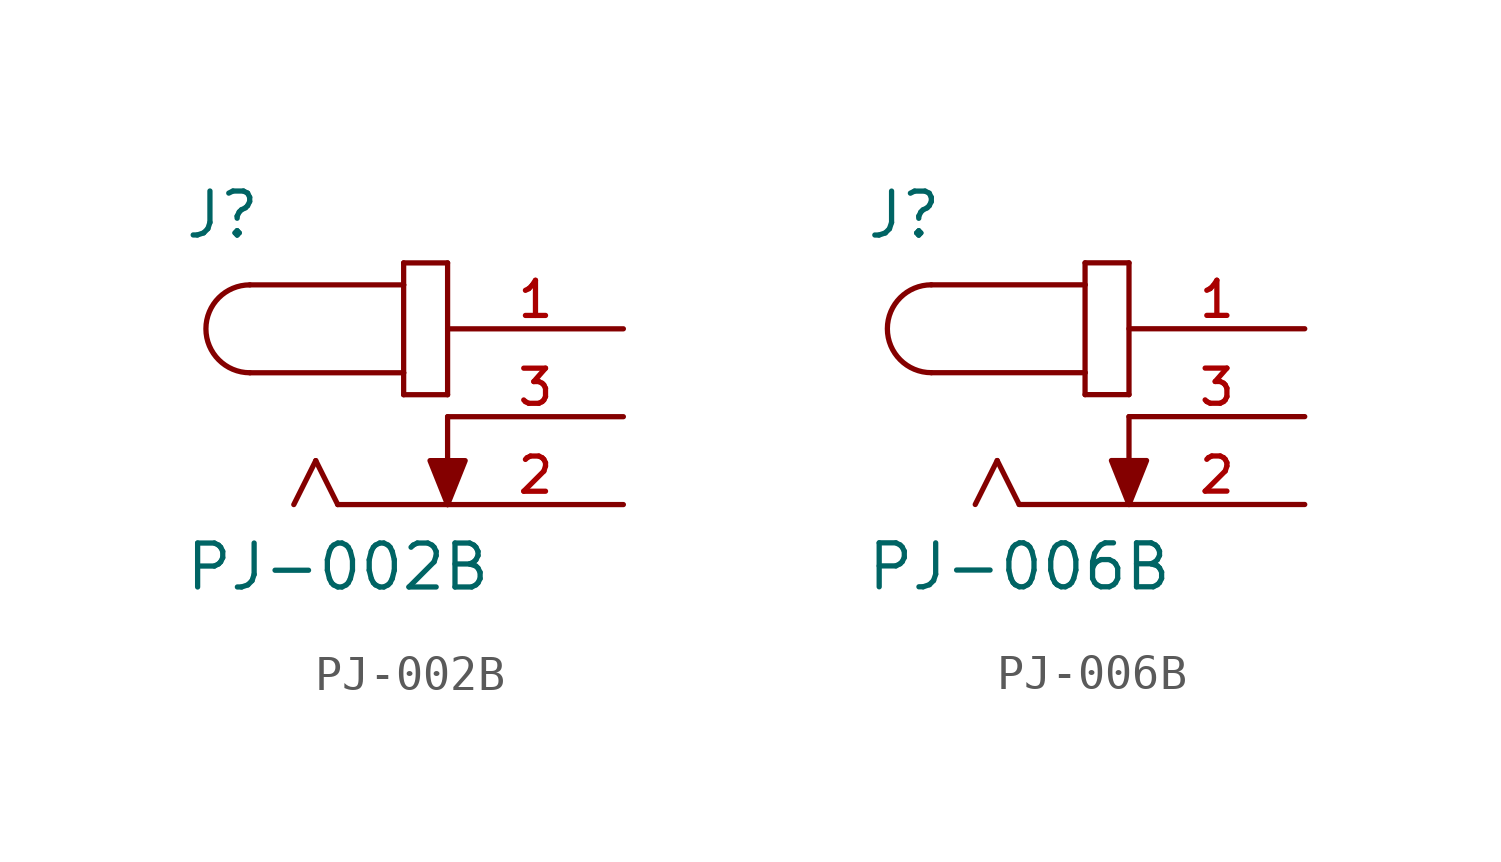
<source format=kicad_sym>
(kicad_symbol_lib
  (version 20241209)
  (generator "kicad_symbol_editor")
  (generator_version "9.0")
  (symbol "PJ-002B"
    (pin_names
      (offset 1.016))
    (property "Reference" "J"
      (at -7.634 5.089 0)
      (effects (font (size 1.27 1.27)) (justify left bottom)))
    (property "Value" "PJ-002B"
      (at -7.627 -5.085 0)
      (effects (font (size 1.27 1.27)) (justify left bottom)))
    (symbol "PJ-002B_0_0"
      (polyline (pts (xy -5.715 3.81) (xy -1.27 3.81)) (stroke (width 0.152) (type default)) (fill (type none)))
      (arc (start -5.715 1.27) (mid -6.9794 2.54) (end -5.715 3.81) (stroke (width 0.1524) (type default)) (fill (type none)))
      (polyline (pts (xy -3.81 -1.27) (xy -4.445 -2.54)) (stroke (width 0.152) (type default)) (fill (type none)))
      (polyline (pts (xy -3.175 -2.54) (xy -3.81 -1.27)) (stroke (width 0.152) (type default)) (fill (type none)))
      (polyline (pts (xy -1.27 4.445) (xy -1.27 3.81)) (stroke (width 0.152) (type default)) (fill (type none)))
      (polyline (pts (xy -1.27 3.81) (xy -1.27 1.27)) (stroke (width 0.152) (type default)) (fill (type none)))
      (polyline (pts (xy -1.27 1.27) (xy -5.715 1.27)) (stroke (width 0.152) (type default)) (fill (type none)))
      (polyline (pts (xy -1.27 1.27) (xy -1.27 0.635)) (stroke (width 0.152) (type default)) (fill (type none)))
      (polyline (pts (xy -1.27 0.635) (xy 0 0.635)) (stroke (width 0.152) (type default)) (fill (type none)))
      (polyline (pts (xy 0 4.445) (xy -1.27 4.445)) (stroke (width 0.152) (type default)) (fill (type none)))
      (polyline (pts (xy 0 0.635) (xy 0 4.445)) (stroke (width 0.152) (type default)) (fill (type none)))
      (polyline (pts (xy 0 0) (xy 0 -2.54)) (stroke (width 0.152) (type default)) (fill (type none)))
      (polyline (pts (xy 0 -2.54) (xy -3.175 -2.54)) (stroke (width 0.152) (type default)) (fill (type none)))
      (polyline (pts (xy 0 -2.54) (xy -0.508 -1.27) (xy 0.508 -1.27) (xy 0 -2.54)) (stroke (width 0.152) (type default)) (fill (type outline)))
      (pin passive line (at 5.08 2.54 180) (length 5.08) (name "~" (effects (font (size 1.016 1.016)))) (number "1" (effects (font (size 1.016 1.016)))))
      (pin passive line (at 5.08 0 180) (length 5.08) (name "~" (effects (font (size 1.016 1.016)))) (number "3" (effects (font (size 1.016 1.016)))))
      (pin passive line (at 5.08 -2.54 180) (length 5.08) (name "~" (effects (font (size 1.016 1.016)))) (number "2" (effects (font (size 1.016 1.016)))))))
  (symbol "PJ-006B"
    (pin_names
      (offset 1.016))
    (property "Reference" "J"
      (at -7.629 5.086 0)
      (effects (font (size 1.27 1.27)) (justify left bottom)))
    (property "Value" "PJ-006B"
      (at -7.624 -5.083 0)
      (effects (font (size 1.27 1.27)) (justify left bottom)))
    (symbol "PJ-006B_0_0"
      (polyline (pts (xy -5.715 3.81) (xy -1.27 3.81)) (stroke (width 0.152) (type default)) (fill (type none)))
      (arc (start -5.715 1.27) (mid -6.9794 2.54) (end -5.715 3.81) (stroke (width 0.1524) (type default)) (fill (type none)))
      (polyline (pts (xy -3.81 -1.27) (xy -4.445 -2.54)) (stroke (width 0.152) (type default)) (fill (type none)))
      (polyline (pts (xy -3.175 -2.54) (xy -3.81 -1.27)) (stroke (width 0.152) (type default)) (fill (type none)))
      (polyline (pts (xy -1.27 4.445) (xy -1.27 3.81)) (stroke (width 0.152) (type default)) (fill (type none)))
      (polyline (pts (xy -1.27 3.81) (xy -1.27 1.27)) (stroke (width 0.152) (type default)) (fill (type none)))
      (polyline (pts (xy -1.27 1.27) (xy -5.715 1.27)) (stroke (width 0.152) (type default)) (fill (type none)))
      (polyline (pts (xy -1.27 1.27) (xy -1.27 0.635)) (stroke (width 0.152) (type default)) (fill (type none)))
      (polyline (pts (xy -1.27 0.635) (xy 0 0.635)) (stroke (width 0.152) (type default)) (fill (type none)))
      (polyline (pts (xy 0 4.445) (xy -1.27 4.445)) (stroke (width 0.152) (type default)) (fill (type none)))
      (polyline (pts (xy 0 0.635) (xy 0 4.445)) (stroke (width 0.152) (type default)) (fill (type none)))
      (polyline (pts (xy 0 0) (xy 0 -2.54)) (stroke (width 0.152) (type default)) (fill (type none)))
      (polyline (pts (xy 0 -2.54) (xy -3.175 -2.54)) (stroke (width 0.152) (type default)) (fill (type none)))
      (polyline (pts (xy 0 -2.54) (xy -0.508 -1.27) (xy 0.508 -1.27) (xy 0 -2.54)) (stroke (width 0.152) (type default)) (fill (type outline)))
      (pin passive line (at 5.08 2.54 180) (length 5.08) (name "~" (effects (font (size 1.016 1.016)))) (number "1" (effects (font (size 1.016 1.016)))))
      (pin passive line (at 5.08 0 180) (length 5.08) (name "~" (effects (font (size 1.016 1.016)))) (number "3" (effects (font (size 1.016 1.016)))))
      (pin passive line (at 5.08 -2.54 180) (length 5.08) (name "~" (effects (font (size 1.016 1.016)))) (number "2" (effects (font (size 1.016 1.016))))))))
</source>
